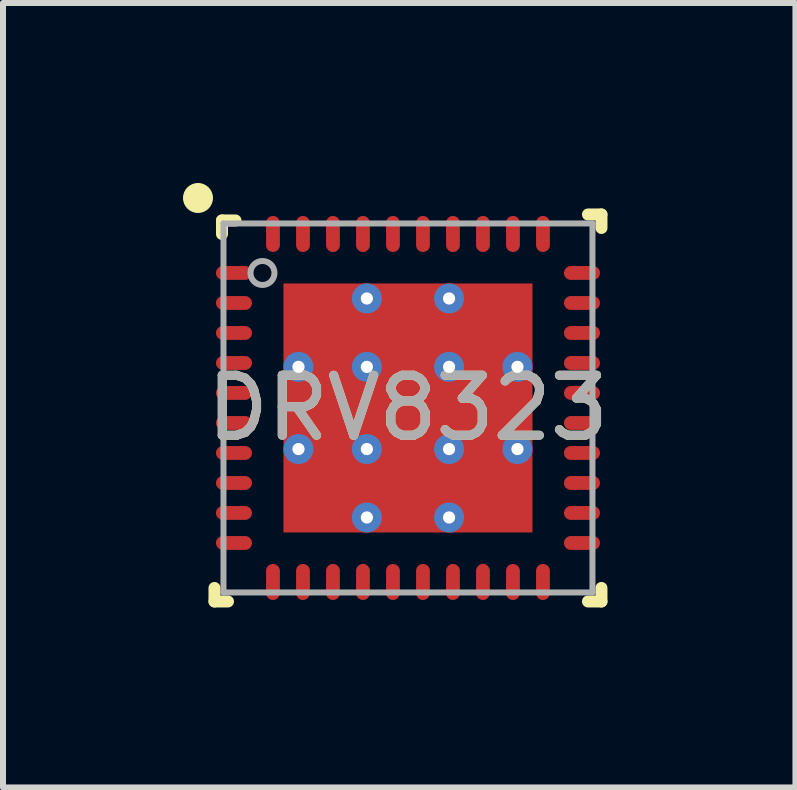
<source format=kicad_pcb>
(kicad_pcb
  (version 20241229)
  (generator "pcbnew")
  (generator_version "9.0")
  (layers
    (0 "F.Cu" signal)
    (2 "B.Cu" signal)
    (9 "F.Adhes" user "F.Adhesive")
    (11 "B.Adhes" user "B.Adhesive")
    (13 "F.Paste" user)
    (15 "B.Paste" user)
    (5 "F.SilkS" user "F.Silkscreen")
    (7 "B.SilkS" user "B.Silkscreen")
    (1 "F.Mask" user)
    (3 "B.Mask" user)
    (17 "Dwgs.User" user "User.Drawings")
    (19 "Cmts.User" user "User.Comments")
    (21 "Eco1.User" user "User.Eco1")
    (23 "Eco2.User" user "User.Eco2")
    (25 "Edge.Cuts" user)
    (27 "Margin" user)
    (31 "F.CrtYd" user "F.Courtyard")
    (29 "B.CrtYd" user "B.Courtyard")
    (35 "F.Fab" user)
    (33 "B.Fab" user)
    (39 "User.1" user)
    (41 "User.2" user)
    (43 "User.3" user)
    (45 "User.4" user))
  (footprint "DRV8323"
    (layer "F.Cu")
    (at 3.75 3.75)
    (property "Reference" "DRV8323" (at 0 0 0) (unlocked yes) (layer "F.SilkS") (effects (font (size 1 1) (thickness 0.15))))
    (attr smd)
    (fp_line (start -3.225 3.225) (end -3.225 3) (stroke (width 0.2) (type solid)) (layer "F.SilkS"))
    (fp_line (start -3.225 3.225) (end -3 3.225) (stroke (width 0.2) (type solid)) (layer "F.SilkS"))
    (fp_line (start -3.1 -2.9) (end -3.1 -3.125) (stroke (width 0.2) (type solid)) (layer "F.SilkS"))
    (fp_line (start -2.875 -3.125) (end -3.1 -3.125) (stroke (width 0.2) (type solid)) (layer "F.SilkS"))
    (fp_line (start 3 -3.225) (end 3.225 -3.225) (stroke (width 0.2) (type solid)) (layer "F.SilkS"))
    (fp_line (start 3 3.225) (end 3.225 3.225) (stroke (width 0.2) (type solid)) (layer "F.SilkS"))
    (fp_line (start 3.225 -3) (end 3.225 -3.225) (stroke (width 0.2) (type solid)) (layer "F.SilkS"))
    (fp_line (start 3.225 3.225) (end 3.225 3) (stroke (width 0.2) (type solid)) (layer "F.SilkS"))
    (fp_circle (center -3.5 -3.5) (end -3.3 -3.5) (stroke (width 0.1) (type solid)) (fill yes) (layer "F.SilkS"))
    (fp_poly (pts (xy -1.955 -0.785) (xy -0.785 -0.785) (xy -0.785 -1.955) (xy -1.955 -1.955)) (stroke (width 0) (type solid)) (fill yes) (layer "F.Paste"))
    (fp_poly (pts (xy -1.955 0.585) (xy -0.785 0.585) (xy -0.785 -0.585) (xy -1.955 -0.585)) (stroke (width 0) (type solid)) (fill yes) (layer "F.Paste"))
    (fp_poly (pts (xy -1.955 1.955) (xy -0.785 1.955) (xy -0.785 0.785) (xy -1.955 0.785)) (stroke (width 0) (type solid)) (fill yes) (layer "F.Paste"))
    (fp_poly (pts (xy -0.585 -0.785) (xy 0.585 -0.785) (xy 0.585 -1.955) (xy -0.585 -1.955)) (stroke (width 0) (type solid)) (fill yes) (layer "F.Paste"))
    (fp_poly (pts (xy -0.585 0.585) (xy 0.585 0.585) (xy 0.585 -0.585) (xy -0.585 -0.585)) (stroke (width 0) (type solid)) (fill yes) (layer "F.Paste"))
    (fp_poly (pts (xy -0.585 1.955) (xy 0.585 1.955) (xy 0.585 0.785) (xy -0.585 0.785)) (stroke (width 0) (type solid)) (fill yes) (layer "F.Paste"))
    (fp_poly (pts (xy 0.785 -0.785) (xy 1.955 -0.785) (xy 1.955 -1.955) (xy 0.785 -1.955)) (stroke (width 0) (type solid)) (fill yes) (layer "F.Paste"))
    (fp_poly (pts (xy 0.785 0.585) (xy 1.955 0.585) (xy 1.955 -0.585) (xy 0.785 -0.585)) (stroke (width 0) (type solid)) (fill yes) (layer "F.Paste"))
    (fp_poly (pts (xy 0.785 1.955) (xy 1.955 1.955) (xy 1.955 0.785) (xy 0.785 0.785)) (stroke (width 0) (type solid)) (fill yes) (layer "F.Paste"))
    (fp_line (start -3.075 -3.075) (end 3.075 -3.075) (stroke (width 0.1) (type solid)) (layer "F.Fab"))
    (fp_line (start -3.075 3.075) (end -3.075 -3.075) (stroke (width 0.1) (type solid)) (layer "F.Fab"))
    (fp_line (start -3.075 3.075) (end 3.075 3.075) (stroke (width 0.1) (type solid)) (layer "F.Fab"))
    (fp_line (start 3.075 3.075) (end 3.075 -3.075) (stroke (width 0.1) (type solid)) (layer "F.Fab"))
    (fp_circle (center -2.425 -2.25) (end -2.225 -2.25) (stroke (width 0.1) (type solid)) (fill no) (layer "F.Fab"))
    (fp_text user "${REFERENCE}" (at 0 0 0) (unlocked yes) (layer "F.Fab") (effects (font (size 1 1) (thickness 0.15))))
    (pad "1" smd oval (at -2.9 -2.25 90) (size 0.23 0.6) (layers "F.Cu" "F.Mask" "F.Paste"))
    (pad "2" smd oval (at -2.9 -1.75 90) (size 0.23 0.6) (layers "F.Cu" "F.Mask" "F.Paste"))
    (pad "3" smd oval (at -2.9 -1.25 90) (size 0.23 0.6) (layers "F.Cu" "F.Mask" "F.Paste"))
    (pad "4" smd oval (at -2.9 -0.75 90) (size 0.23 0.6) (layers "F.Cu" "F.Mask" "F.Paste"))
    (pad "5" smd oval (at -2.9 -0.25 90) (size 0.23 0.6) (layers "F.Cu" "F.Mask" "F.Paste"))
    (pad "6" smd oval (at -2.9 0.25 90) (size 0.23 0.6) (layers "F.Cu" "F.Mask" "F.Paste"))
    (pad "7" smd oval (at -2.9 0.75 90) (size 0.23 0.6) (layers "F.Cu" "F.Mask" "F.Paste"))
    (pad "8" smd oval (at -2.9 1.25 90) (size 0.23 0.6) (layers "F.Cu" "F.Mask" "F.Paste"))
    (pad "9" smd oval (at -2.9 1.75 90) (size 0.23 0.6) (layers "F.Cu" "F.Mask" "F.Paste"))
    (pad "10" smd oval (at -2.9 2.25 90) (size 0.23 0.6) (layers "F.Cu" "F.Mask" "F.Paste"))
    (pad "11" smd oval (at -2.25 2.9) (size 0.23 0.6) (layers "F.Cu" "F.Mask" "F.Paste"))
    (pad "12" smd oval (at -1.75 2.9) (size 0.23 0.6) (layers "F.Cu" "F.Mask" "F.Paste"))
    (pad "13" smd oval (at -1.25 2.9) (size 0.23 0.6) (layers "F.Cu" "F.Mask" "F.Paste"))
    (pad "14" smd oval (at -0.75 2.9) (size 0.23 0.6) (layers "F.Cu" "F.Mask" "F.Paste"))
    (pad "15" smd oval (at -0.25 2.9) (size 0.23 0.6) (layers "F.Cu" "F.Mask" "F.Paste"))
    (pad "16" smd oval (at 0.25 2.9) (size 0.23 0.6) (layers "F.Cu" "F.Mask" "F.Paste"))
    (pad "17" smd oval (at 0.75 2.9) (size 0.23 0.6) (layers "F.Cu" "F.Mask" "F.Paste"))
    (pad "18" smd oval (at 1.25 2.9) (size 0.23 0.6) (layers "F.Cu" "F.Mask" "F.Paste"))
    (pad "19" smd oval (at 1.75 2.9) (size 0.23 0.6) (layers "F.Cu" "F.Mask" "F.Paste"))
    (pad "20" smd oval (at 2.25 2.9) (size 0.23 0.6) (layers "F.Cu" "F.Mask" "F.Paste"))
    (pad "21" smd oval (at 2.9 2.25 90) (size 0.23 0.6) (layers "F.Cu" "F.Mask" "F.Paste"))
    (pad "22" smd oval (at 2.9 1.75 90) (size 0.23 0.6) (layers "F.Cu" "F.Mask" "F.Paste"))
    (pad "23" smd oval (at 2.9 1.25 90) (size 0.23 0.6) (layers "F.Cu" "F.Mask" "F.Paste"))
    (pad "24" smd oval (at 2.9 0.75 90) (size 0.23 0.6) (layers "F.Cu" "F.Mask" "F.Paste"))
    (pad "25" smd oval (at 2.9 0.25 90) (size 0.23 0.6) (layers "F.Cu" "F.Mask" "F.Paste"))
    (pad "26" smd oval (at 2.9 -0.25 90) (size 0.23 0.6) (layers "F.Cu" "F.Mask" "F.Paste"))
    (pad "27" smd oval (at 2.9 -0.75 90) (size 0.23 0.6) (layers "F.Cu" "F.Mask" "F.Paste"))
    (pad "28" smd oval (at 2.9 -1.25 90) (size 0.23 0.6) (layers "F.Cu" "F.Mask" "F.Paste"))
    (pad "29" smd oval (at 2.9 -1.75 90) (size 0.23 0.6) (layers "F.Cu" "F.Mask" "F.Paste"))
    (pad "30" smd oval (at 2.9 -2.25 90) (size 0.23 0.6) (layers "F.Cu" "F.Mask" "F.Paste"))
    (pad "31" smd oval (at 2.25 -2.9) (size 0.23 0.6) (layers "F.Cu" "F.Mask" "F.Paste"))
    (pad "32" smd oval (at 1.75 -2.9) (size 0.23 0.6) (layers "F.Cu" "F.Mask" "F.Paste"))
    (pad "33" smd oval (at 1.25 -2.9) (size 0.23 0.6) (layers "F.Cu" "F.Mask" "F.Paste"))
    (pad "34" smd oval (at 0.75 -2.9) (size 0.23 0.6) (layers "F.Cu" "F.Mask" "F.Paste"))
    (pad "35" smd oval (at 0.25 -2.9) (size 0.23 0.6) (layers "F.Cu" "F.Mask" "F.Paste"))
    (pad "36" smd oval (at -0.25 -2.9) (size 0.23 0.6) (layers "F.Cu" "F.Mask" "F.Paste"))
    (pad "37" smd oval (at -0.75 -2.9) (size 0.23 0.6) (layers "F.Cu" "F.Mask" "F.Paste"))
    (pad "38" smd oval (at -1.25 -2.9) (size 0.23 0.6) (layers "F.Cu" "F.Mask" "F.Paste"))
    (pad "39" smd oval (at -1.75 -2.9) (size 0.23 0.6) (layers "F.Cu" "F.Mask" "F.Paste"))
    (pad "40" smd oval (at -2.25 -2.9) (size 0.23 0.6) (layers "F.Cu" "F.Mask" "F.Paste"))
    (pad "41" thru_hole circle (at -1.825 -0.685) (size 0.5 0.5) (drill 0.203) (layers "*.Cu" "*.Mask"))
    (pad "41" thru_hole circle (at -1.825 0.685) (size 0.5 0.5) (drill 0.203) (layers "*.Cu" "*.Mask"))
    (pad "41" thru_hole circle (at -0.685 -1.825) (size 0.5 0.5) (drill 0.203) (layers "*.Cu" "*.Mask"))
    (pad "41" thru_hole circle (at -0.685 -0.685) (size 0.5 0.5) (drill 0.203) (layers "*.Cu" "*.Mask"))
    (pad "41" thru_hole circle (at -0.685 0.685) (size 0.5 0.5) (drill 0.203) (layers "*.Cu" "*.Mask"))
    (pad "41" thru_hole circle (at -0.685 1.825) (size 0.5 0.5) (drill 0.203) (layers "*.Cu" "*.Mask"))
    (pad "41" smd rect (at 0 0) (size 4.15 4.15) (layers "F.Cu" "F.Mask"))
    (pad "41" thru_hole circle (at 0.685 -1.825) (size 0.5 0.5) (drill 0.203) (layers "*.Cu" "*.Mask"))
    (pad "41" thru_hole circle (at 0.685 -0.685) (size 0.5 0.5) (drill 0.203) (layers "*.Cu" "*.Mask"))
    (pad "41" thru_hole circle (at 0.685 0.685) (size 0.5 0.5) (drill 0.203) (layers "*.Cu" "*.Mask"))
    (pad "41" thru_hole circle (at 0.685 1.825) (size 0.5 0.5) (drill 0.203) (layers "*.Cu" "*.Mask"))
    (pad "41" thru_hole circle (at 1.825 -0.685) (size 0.5 0.5) (drill 0.203) (layers "*.Cu" "*.Mask"))
    (pad "41" thru_hole circle (at 1.825 0.685) (size 0.5 0.5) (drill 0.203) (layers "*.Cu" "*.Mask")))
  (gr_rect
    (start -3 -3)
    (end 10.208 10.075)
    (stroke (width 0.1) (type default))
    (fill no)
    (layer "Edge.Cuts")))
</source>
